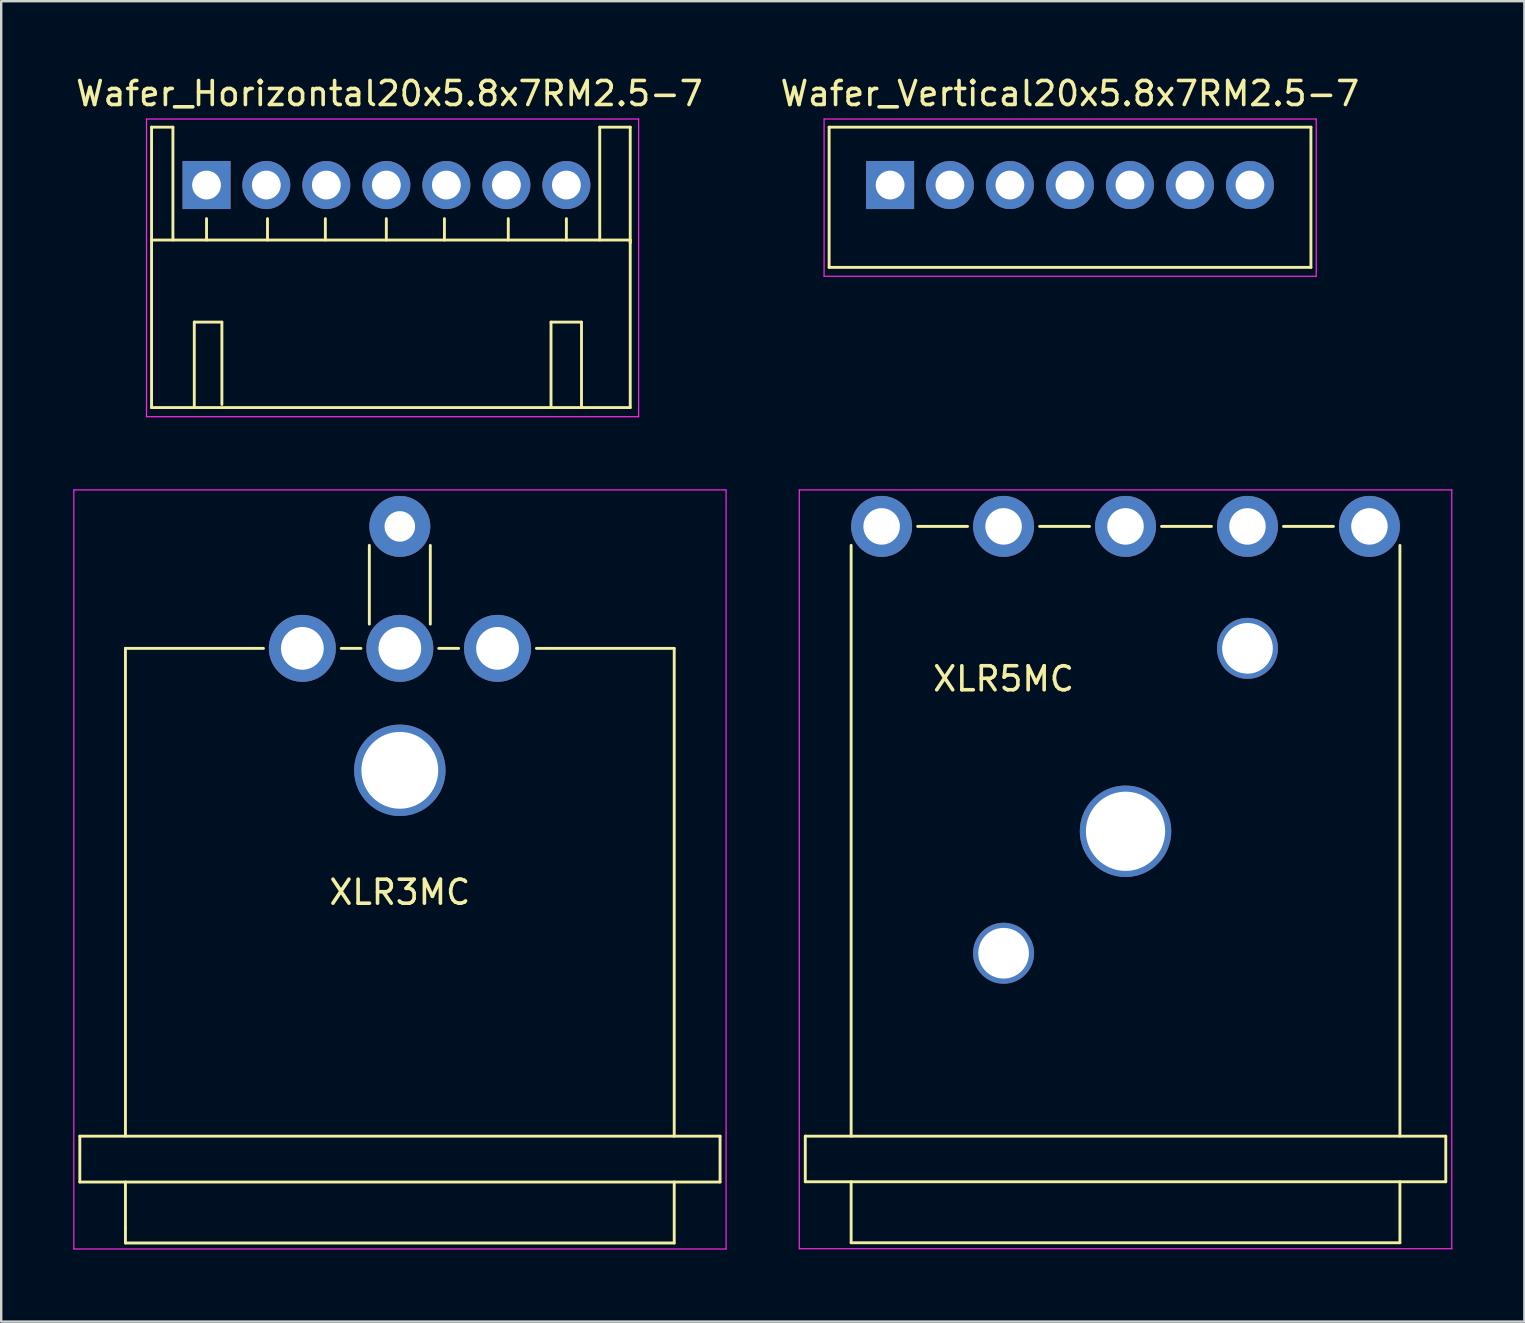
<source format=kicad_pcb>
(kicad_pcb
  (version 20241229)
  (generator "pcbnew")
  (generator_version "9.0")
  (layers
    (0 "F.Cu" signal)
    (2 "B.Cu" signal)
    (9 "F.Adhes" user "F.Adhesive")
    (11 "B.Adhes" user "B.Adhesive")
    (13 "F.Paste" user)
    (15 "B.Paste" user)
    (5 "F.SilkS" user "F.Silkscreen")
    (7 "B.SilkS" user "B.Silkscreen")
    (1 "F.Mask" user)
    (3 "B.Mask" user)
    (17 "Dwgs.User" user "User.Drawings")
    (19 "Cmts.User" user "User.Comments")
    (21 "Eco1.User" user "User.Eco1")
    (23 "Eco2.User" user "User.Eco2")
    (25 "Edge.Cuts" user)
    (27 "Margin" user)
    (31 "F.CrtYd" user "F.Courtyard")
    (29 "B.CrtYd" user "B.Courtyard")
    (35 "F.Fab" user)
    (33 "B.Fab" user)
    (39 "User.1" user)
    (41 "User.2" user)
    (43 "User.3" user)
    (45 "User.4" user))
  (footprint "XLR5MC"
    (layer "F.Cu")
    (at 33.675 18.878)
    (property "Reference" "XLR5MC" (at 5.08 6.35 0) (layer "F.SilkS") (effects (font (size 1 1) (thickness 0.15))))
    (attr through_hole)
    (fp_line (start -3.18 25.4) (end 23.5 25.4) (stroke (width 0.12) (type solid)) (layer "F.SilkS"))
    (fp_line (start -3.18 27.3) (end -3.18 25.4) (stroke (width 0.12) (type solid)) (layer "F.SilkS"))
    (fp_line (start -1.27 0.79) (end -1.27 25.4) (stroke (width 0.12) (type solid)) (layer "F.SilkS"))
    (fp_line (start -1.27 29.84) (end -1.27 27.3) (stroke (width 0.12) (type solid)) (layer "F.SilkS"))
    (fp_line (start 1.5 0) (end 3.58 0) (stroke (width 0.12) (type solid)) (layer "F.SilkS"))
    (fp_line (start 6.58 0) (end 8.66 0) (stroke (width 0.12) (type solid)) (layer "F.SilkS"))
    (fp_line (start 11.66 0) (end 13.74 0) (stroke (width 0.12) (type solid)) (layer "F.SilkS"))
    (fp_line (start 16.74 0) (end 18.82 0) (stroke (width 0.12) (type solid)) (layer "F.SilkS"))
    (fp_line (start 21.59 0.79) (end 21.59 25.4) (stroke (width 0.12) (type solid)) (layer "F.SilkS"))
    (fp_line (start 21.59 27.3) (end 21.59 29.84) (stroke (width 0.12) (type solid)) (layer "F.SilkS"))
    (fp_line (start 21.59 29.84) (end -1.27 29.84) (stroke (width 0.12) (type solid)) (layer "F.SilkS"))
    (fp_line (start 23.5 27.3) (end -3.18 27.3) (stroke (width 0.12) (type solid)) (layer "F.SilkS"))
    (fp_line (start 23.5 27.3) (end 23.5 25.4) (stroke (width 0.12) (type solid)) (layer "F.SilkS"))
    (fp_line (start -3.43 -1.52) (end -3.43 30.09) (stroke (width 0.05) (type solid)) (layer "F.CrtYd"))
    (fp_line (start -3.43 -1.52) (end 23.75 -1.52) (stroke (width 0.05) (type solid)) (layer "F.CrtYd"))
    (fp_line (start 23.75 30.09) (end -3.43 30.09) (stroke (width 0.05) (type solid)) (layer "F.CrtYd"))
    (fp_line (start 23.75 30.09) (end 23.75 -1.52) (stroke (width 0.05) (type solid)) (layer "F.CrtYd"))
    (pad "" thru_hole circle (at 5.08 17.78) (size 2.54 2.54) (drill 2.11) (layers "*.Cu" "*.Mask"))
    (pad "" thru_hole circle (at 10.16 12.7) (size 3.81 3.81) (drill 3.3) (layers "*.Cu" "*.Mask"))
    (pad "" thru_hole circle (at 15.24 5.08) (size 2.54 2.54) (drill 2.11) (layers "*.Cu" "*.Mask"))
    (pad "1" thru_hole circle (at 0 0) (size 2.54 2.54) (drill 1.52) (layers "*.Cu" "*.Mask"))
    (pad "2" thru_hole circle (at 5.08 0) (size 2.54 2.54) (drill 1.52) (layers "*.Cu" "*.Mask"))
    (pad "3" thru_hole circle (at 10.16 0) (size 2.54 2.54) (drill 1.52) (layers "*.Cu" "*.Mask"))
    (pad "4" thru_hole circle (at 15.24 0) (size 2.54 2.54) (drill 1.52) (layers "*.Cu" "*.Mask"))
    (pad "5" thru_hole circle (at 20.32 0) (size 2.54 2.54) (drill 1.52) (layers "*.Cu" "*.Mask")))
  (footprint "Wafer_Vertical20x5.8x7RM2.5-7"
    (layer "F.Cu")
    (at 34.028 4.658)
    (property "Reference" "Wafer_Vertical20x5.8x7RM2.5-7" (at 7.49 -3.81 0) (layer "F.SilkS") (effects (font (size 1 1) (thickness 0.15))))
    (attr through_hole)
    (fp_line (start -2.54 -2.41) (end -2.54 3.43) (stroke (width 0.12) (type solid)) (layer "F.SilkS"))
    (fp_line (start -2.54 3.43) (end 17.53 3.43) (stroke (width 0.12) (type solid)) (layer "F.SilkS"))
    (fp_line (start 17.53 -2.41) (end -2.54 -2.41) (stroke (width 0.12) (type solid)) (layer "F.SilkS"))
    (fp_line (start 17.53 3.43) (end 17.53 -2.41) (stroke (width 0.12) (type solid)) (layer "F.SilkS"))
    (fp_line (start -2.75 -2.75) (end 17.75 -2.75) (stroke (width 0.05) (type solid)) (layer "F.CrtYd"))
    (fp_line (start -2.75 3.8) (end -2.75 -2.75) (stroke (width 0.05) (type solid)) (layer "F.CrtYd"))
    (fp_line (start 17.75 -2.75) (end 17.75 3.8) (stroke (width 0.05) (type solid)) (layer "F.CrtYd"))
    (fp_line (start 17.75 3.8) (end -2.75 3.8) (stroke (width 0.05) (type solid)) (layer "F.CrtYd"))
    (pad "1" thru_hole rect (at 0 0) (size 2 2) (drill 1.2) (layers "*.Cu" "*.Mask"))
    (pad "2" thru_hole circle (at 2.49 0) (size 2 2) (drill 1.2) (layers "*.Cu" "*.Mask"))
    (pad "3" thru_hole circle (at 4.99 0) (size 2 2) (drill 1.2) (layers "*.Cu" "*.Mask"))
    (pad "4" thru_hole circle (at 7.49 0) (size 2 2) (drill 1.2) (layers "*.Cu" "*.Mask"))
    (pad "5" thru_hole circle (at 9.99 0) (size 2 2) (drill 1.2) (layers "*.Cu" "*.Mask"))
    (pad "6" thru_hole circle (at 12.49 0) (size 2 2) (drill 1.2) (layers "*.Cu" "*.Mask"))
    (pad "7" thru_hole circle (at 14.99 0) (size 2 2) (drill 1.2) (layers "*.Cu" "*.Mask")))
  (footprint "Wafer_Horizontal20x5.8x7RM2.5-7"
    (layer "F.Cu")
    (at 5.553 4.658)
    (property "Reference" "Wafer_Horizontal20x5.8x7RM2.5-7" (at 7.62 -3.81 0) (layer "F.SilkS") (effects (font (size 1 1) (thickness 0.15))))
    (attr through_hole)
    (fp_line (start -2.29 -2.41) (end -1.4 -2.41) (stroke (width 0.12) (type solid)) (layer "F.SilkS"))
    (fp_line (start -2.29 2.29) (end -2.29 -2.41) (stroke (width 0.12) (type solid)) (layer "F.SilkS"))
    (fp_line (start -2.29 2.29) (end 17.65 2.29) (stroke (width 0.12) (type solid)) (layer "F.SilkS"))
    (fp_line (start -2.29 9.27) (end -2.29 2.29) (stroke (width 0.12) (type solid)) (layer "F.SilkS"))
    (fp_line (start -1.4 -2.41) (end -1.4 2.29) (stroke (width 0.12) (type solid)) (layer "F.SilkS"))
    (fp_line (start -0.51 5.71) (end 0.64 5.71) (stroke (width 0.12) (type solid)) (layer "F.SilkS"))
    (fp_line (start -0.51 9.27) (end -0.51 5.71) (stroke (width 0.12) (type solid)) (layer "F.SilkS"))
    (fp_line (start 0 2.29) (end 0 1.4) (stroke (width 0.12) (type solid)) (layer "F.SilkS"))
    (fp_line (start 0.64 5.71) (end 0.64 9.14) (stroke (width 0.12) (type solid)) (layer "F.SilkS"))
    (fp_line (start 2.54 2.29) (end 2.54 1.4) (stroke (width 0.12) (type solid)) (layer "F.SilkS"))
    (fp_line (start 4.95 2.29) (end 4.95 1.4) (stroke (width 0.12) (type solid)) (layer "F.SilkS"))
    (fp_line (start 7.49 2.29) (end 7.49 1.4) (stroke (width 0.12) (type solid)) (layer "F.SilkS"))
    (fp_line (start 9.91 2.29) (end 9.91 1.4) (stroke (width 0.12) (type solid)) (layer "F.SilkS"))
    (fp_line (start 12.57 2.29) (end 12.57 1.4) (stroke (width 0.12) (type solid)) (layer "F.SilkS"))
    (fp_line (start 14.35 5.71) (end 15.62 5.71) (stroke (width 0.12) (type solid)) (layer "F.SilkS"))
    (fp_line (start 14.35 9.27) (end 14.35 5.71) (stroke (width 0.12) (type solid)) (layer "F.SilkS"))
    (fp_line (start 14.99 2.29) (end 14.99 1.4) (stroke (width 0.12) (type solid)) (layer "F.SilkS"))
    (fp_line (start 15.62 5.71) (end 15.62 9.27) (stroke (width 0.12) (type solid)) (layer "F.SilkS"))
    (fp_line (start 16.38 -2.41) (end 16.38 2.29) (stroke (width 0.12) (type solid)) (layer "F.SilkS"))
    (fp_line (start 17.65 -2.41) (end 16.38 -2.41) (stroke (width 0.12) (type solid)) (layer "F.SilkS"))
    (fp_line (start 17.65 2.29) (end 17.65 9.27) (stroke (width 0.12) (type solid)) (layer "F.SilkS"))
    (fp_line (start 17.65 2.41) (end 17.65 -2.41) (stroke (width 0.12) (type solid)) (layer "F.SilkS"))
    (fp_line (start 17.65 9.27) (end -2.29 9.27) (stroke (width 0.12) (type solid)) (layer "F.SilkS"))
    (fp_line (start -2.5 -2.75) (end 18 -2.75) (stroke (width 0.05) (type solid)) (layer "F.CrtYd"))
    (fp_line (start -2.5 9.65) (end -2.5 -2.75) (stroke (width 0.05) (type solid)) (layer "F.CrtYd"))
    (fp_line (start 18 -2.75) (end 18 9.65) (stroke (width 0.05) (type solid)) (layer "F.CrtYd"))
    (fp_line (start 18 9.65) (end -2.5 9.65) (stroke (width 0.05) (type solid)) (layer "F.CrtYd"))
    (pad "1" thru_hole rect (at 0 0) (size 2 2) (drill 1.2) (layers "*.Cu" "*.Mask"))
    (pad "2" thru_hole circle (at 2.49 0) (size 2 2) (drill 1.2) (layers "*.Cu" "*.Mask"))
    (pad "3" thru_hole circle (at 4.99 0) (size 2 2) (drill 1.2) (layers "*.Cu" "*.Mask"))
    (pad "4" thru_hole circle (at 7.49 0) (size 2 2) (drill 1.2) (layers "*.Cu" "*.Mask"))
    (pad "5" thru_hole circle (at 9.99 0) (size 2 2) (drill 1.2) (layers "*.Cu" "*.Mask"))
    (pad "6" thru_hole circle (at 12.49 0) (size 2 2) (drill 1.2) (layers "*.Cu" "*.Mask"))
    (pad "7" thru_hole circle (at 14.99 0) (size 2 2) (drill 1.2) (layers "*.Cu" "*.Mask")))
  (footprint "XLR3MC"
    (layer "F.Cu")
    (at 9.545 23.958)
    (property "Reference" "XLR3MC" (at 4.06 10.16 0) (layer "F.SilkS") (effects (font (size 1 1) (thickness 0.15))))
    (attr through_hole)
    (fp_line (start -9.27 20.32) (end -9.27 22.23) (stroke (width 0.12) (type solid)) (layer "F.SilkS"))
    (fp_line (start -9.27 22.23) (end 17.4 22.23) (stroke (width 0.12) (type solid)) (layer "F.SilkS"))
    (fp_line (start -7.37 0) (end -7.37 20.32) (stroke (width 0.12) (type solid)) (layer "F.SilkS"))
    (fp_line (start -7.37 0) (end -1.62 0) (stroke (width 0.12) (type solid)) (layer "F.SilkS"))
    (fp_line (start -7.37 22.23) (end -7.37 24.13) (stroke (width 0.12) (type solid)) (layer "F.SilkS"))
    (fp_line (start -7.37 24.13) (end -7.37 24.77) (stroke (width 0.12) (type solid)) (layer "F.SilkS"))
    (fp_line (start -7.37 24.77) (end 15.49 24.77) (stroke (width 0.12) (type solid)) (layer "F.SilkS"))
    (fp_line (start 1.62 0) (end 2.44 0) (stroke (width 0.12) (type solid)) (layer "F.SilkS"))
    (fp_line (start 2.79 -4.29) (end 2.79 -1.01) (stroke (width 0.12) (type solid)) (layer "F.SilkS"))
    (fp_line (start 5.33 -4.29) (end 5.33 -1.01) (stroke (width 0.12) (type solid)) (layer "F.SilkS"))
    (fp_line (start 5.68 0) (end 6.51 0) (stroke (width 0.12) (type solid)) (layer "F.SilkS"))
    (fp_line (start 9.75 0) (end 15.49 0) (stroke (width 0.12) (type solid)) (layer "F.SilkS"))
    (fp_line (start 15.49 0) (end 15.49 20.32) (stroke (width 0.12) (type solid)) (layer "F.SilkS"))
    (fp_line (start 15.49 24.77) (end 15.49 22.23) (stroke (width 0.12) (type solid)) (layer "F.SilkS"))
    (fp_line (start 17.4 20.32) (end -9.27 20.32) (stroke (width 0.12) (type solid)) (layer "F.SilkS"))
    (fp_line (start 17.4 22.23) (end 17.4 20.32) (stroke (width 0.12) (type solid)) (layer "F.SilkS"))
    (fp_line (start -9.52 -6.6) (end -9.52 25.02) (stroke (width 0.05) (type solid)) (layer "F.CrtYd"))
    (fp_line (start -9.52 -6.6) (end 17.65 -6.6) (stroke (width 0.05) (type solid)) (layer "F.CrtYd"))
    (fp_line (start 17.65 25.02) (end -9.52 25.02) (stroke (width 0.05) (type solid)) (layer "F.CrtYd"))
    (fp_line (start 17.65 25.02) (end 17.65 -6.6) (stroke (width 0.05) (type solid)) (layer "F.CrtYd"))
    (pad "" thru_hole circle (at 4.06 5.08) (size 3.81 3.81) (drill 3.2) (layers "*.Cu" "*.Mask"))
    (pad "1" thru_hole circle (at 0 0) (size 2.79 2.79) (drill 1.78) (layers "*.Cu" "*.Mask"))
    (pad "2" thru_hole circle (at 8.13 0) (size 2.79 2.79) (drill 1.78) (layers "*.Cu" "*.Mask"))
    (pad "3" thru_hole circle (at 4.06 0) (size 2.79 2.79) (drill 1.78) (layers "*.Cu" "*.Mask"))
    (pad "4" thru_hole circle (at 4.06 -5.08) (size 2.54 2.54) (drill 1.27) (layers "*.Cu" "*.Mask")))
  (gr_rect
    (start -3 -3)
    (end 60.45 52.003)
    (stroke (width 0.1) (type default))
    (fill no)
    (layer "Edge.Cuts")))
</source>
